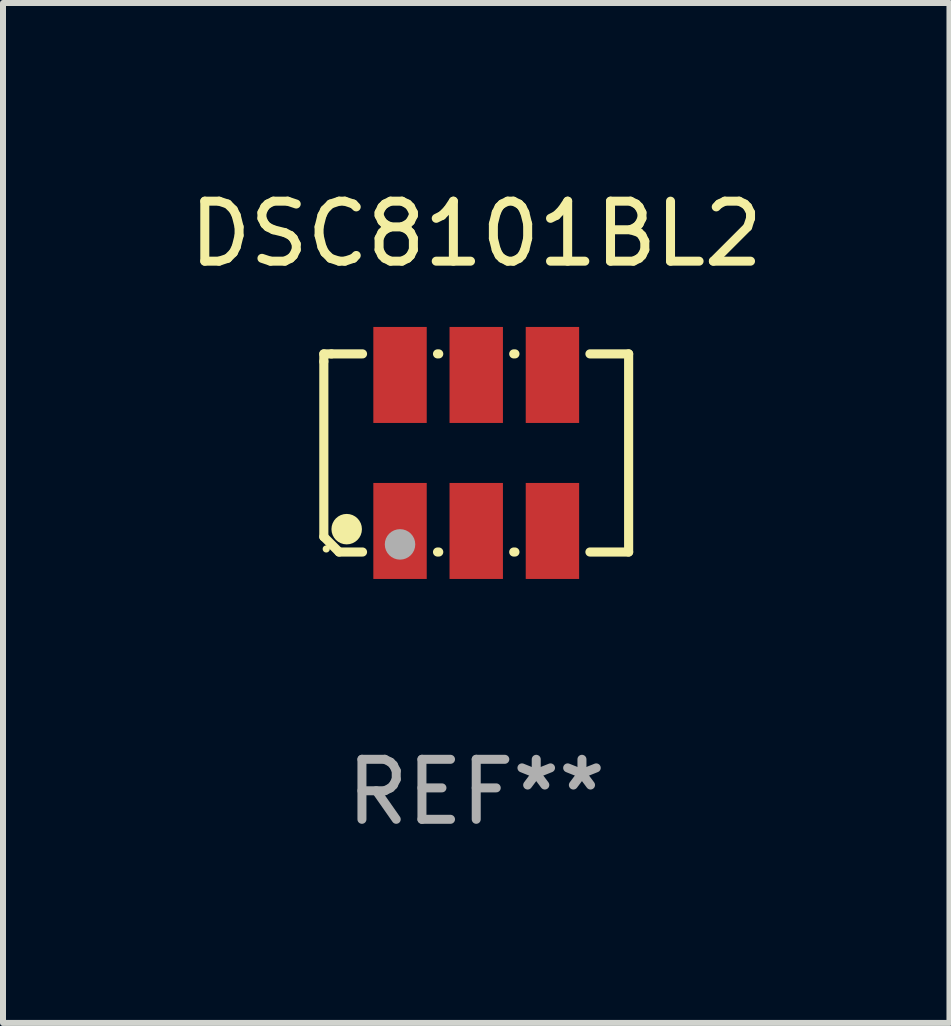
<source format=kicad_pcb>
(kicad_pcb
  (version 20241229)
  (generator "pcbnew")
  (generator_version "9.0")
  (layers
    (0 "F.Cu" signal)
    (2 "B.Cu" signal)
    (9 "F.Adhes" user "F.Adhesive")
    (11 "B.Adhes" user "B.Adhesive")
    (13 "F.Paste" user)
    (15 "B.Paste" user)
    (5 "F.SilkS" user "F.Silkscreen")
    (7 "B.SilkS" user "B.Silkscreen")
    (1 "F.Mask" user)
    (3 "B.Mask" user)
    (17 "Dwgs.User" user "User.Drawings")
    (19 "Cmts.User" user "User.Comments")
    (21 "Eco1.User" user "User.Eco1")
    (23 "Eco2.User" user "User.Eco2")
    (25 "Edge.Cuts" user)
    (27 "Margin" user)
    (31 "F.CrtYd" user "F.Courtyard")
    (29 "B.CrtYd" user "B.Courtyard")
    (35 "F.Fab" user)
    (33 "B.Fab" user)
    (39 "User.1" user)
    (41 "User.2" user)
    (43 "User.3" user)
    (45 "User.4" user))
  (footprint "DSC8101BL2"
    (layer "F.Cu")
    (at 4.887 4.499)
    (property "Reference" "DSC8101BL2" (at 0 -3.651 0) (layer "F.SilkS") (effects (font (size 1 1) (thickness 0.15))))
    (attr through_hole)
    (fp_line (start -2.54 -1.651) (end -2.413 -1.651) (stroke (width 0.152) (type solid)) (layer "F.SilkS"))
    (fp_line (start -2.54 -1.524) (end -2.54 -1.651) (stroke (width 0.152) (type solid)) (layer "F.SilkS"))
    (fp_line (start -2.54 1.397) (end -2.54 -1.524) (stroke (width 0.152) (type solid)) (layer "F.SilkS"))
    (fp_line (start -2.413 -1.651) (end -1.895 -1.651) (stroke (width 0.152) (type solid)) (layer "F.SilkS"))
    (fp_line (start -2.286 1.651) (end -2.54 1.397) (stroke (width 0.152) (type solid)) (layer "F.SilkS"))
    (fp_line (start -1.895 1.651) (end -2.286 1.651) (stroke (width 0.152) (type solid)) (layer "F.SilkS"))
    (fp_line (start -0.645 -1.651) (end -0.625 -1.651) (stroke (width 0.152) (type solid)) (layer "F.SilkS"))
    (fp_line (start -0.625 1.651) (end -0.645 1.651) (stroke (width 0.152) (type solid)) (layer "F.SilkS"))
    (fp_line (start 0.625 -1.651) (end 0.645 -1.651) (stroke (width 0.152) (type solid)) (layer "F.SilkS"))
    (fp_line (start 0.645 1.651) (end 0.625 1.651) (stroke (width 0.152) (type solid)) (layer "F.SilkS"))
    (fp_line (start 1.895 -1.651) (end 2.54 -1.651) (stroke (width 0.152) (type solid)) (layer "F.SilkS"))
    (fp_line (start 2.54 -1.651) (end 2.54 1.651) (stroke (width 0.152) (type solid)) (layer "F.SilkS"))
    (fp_line (start 2.54 1.651) (end 1.895 1.651) (stroke (width 0.152) (type solid)) (layer "F.SilkS"))
    (fp_circle (center -2.5 1.6) (end -2.47 1.6) (stroke (width 0.06) (type solid)) (fill no) (layer "F.SilkS"))
    (fp_circle (center -2.159 1.27) (end -2.032 1.27) (stroke (width 0.254) (type solid)) (fill no) (layer "F.SilkS"))
    (fp_circle (center -1.27 1.524) (end -1.143 1.524) (stroke (width 0.254) (type solid)) (fill no) (layer "F.Fab"))
    (fp_text user "REF**" (at 0 5.651 0) (layer "F.Fab") (effects (font (size 1 1) (thickness 0.15))))
    (pad "1" smd rect (at -1.27 1.3) (size 0.89 1.6) (layers "F.Cu" "F.Mask" "F.Paste"))
    (pad "2" smd rect (at 0 1.3) (size 0.89 1.6) (layers "F.Cu" "F.Mask" "F.Paste"))
    (pad "3" smd rect (at 1.27 1.3) (size 0.89 1.6) (layers "F.Cu" "F.Mask" "F.Paste"))
    (pad "4" smd rect (at 1.27 -1.3) (size 0.89 1.6) (layers "F.Cu" "F.Mask" "F.Paste"))
    (pad "5" smd rect (at 0 -1.3) (size 0.89 1.6) (layers "F.Cu" "F.Mask" "F.Paste"))
    (pad "6" smd rect (at -1.27 -1.3) (size 0.89 1.6) (layers "F.Cu" "F.Mask" "F.Paste")))
  (gr_rect
    (start -3 -3)
    (end 12.774 13.999)
    (stroke (width 0.1) (type default))
    (fill no)
    (layer "Edge.Cuts")))
</source>
